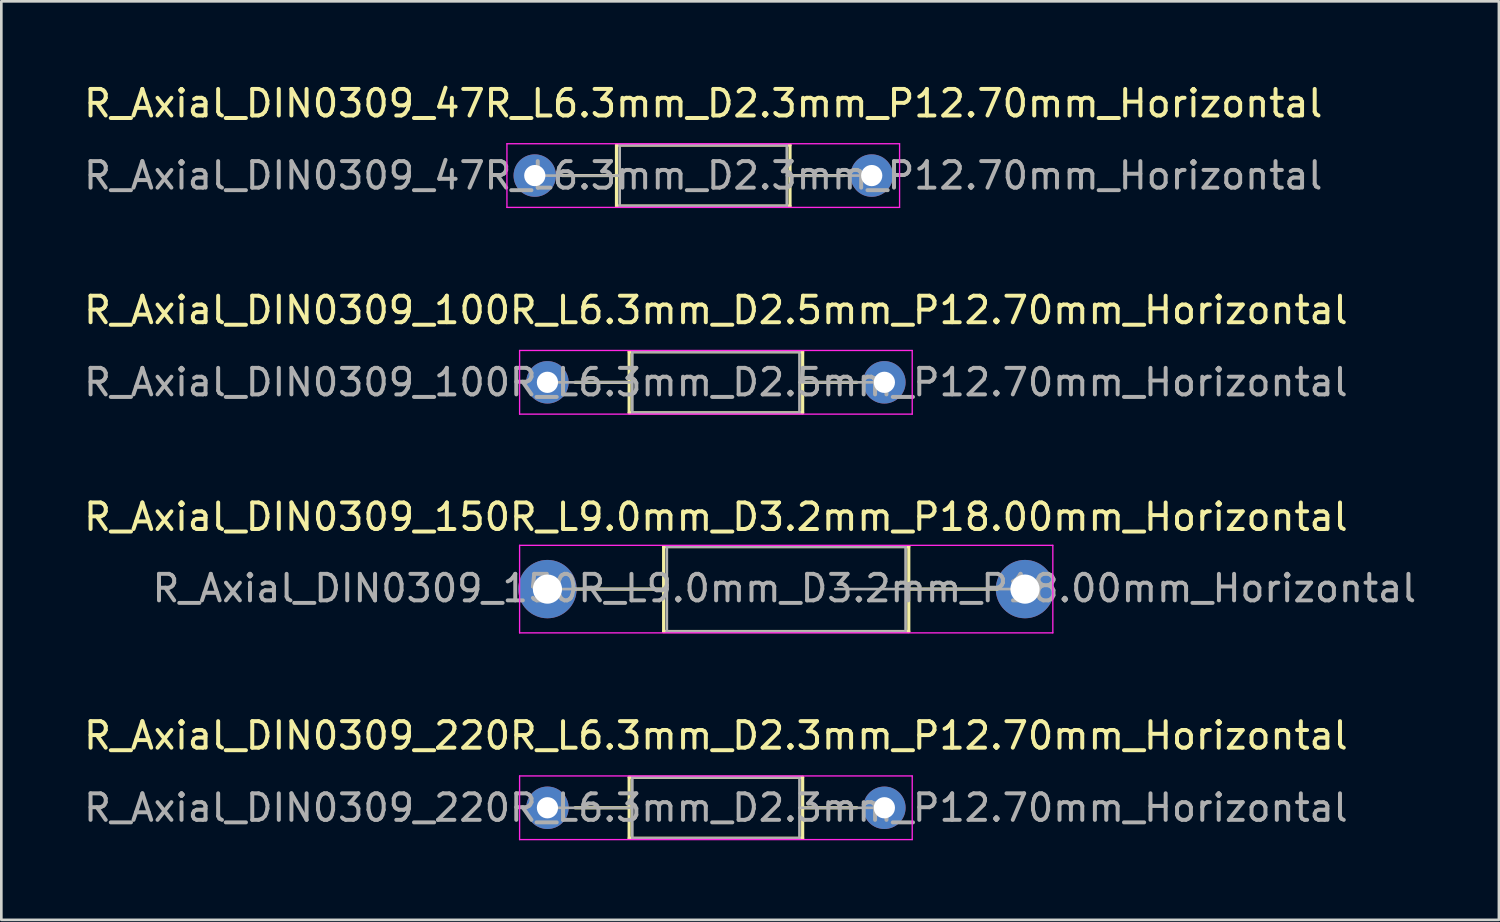
<source format=kicad_pcb>
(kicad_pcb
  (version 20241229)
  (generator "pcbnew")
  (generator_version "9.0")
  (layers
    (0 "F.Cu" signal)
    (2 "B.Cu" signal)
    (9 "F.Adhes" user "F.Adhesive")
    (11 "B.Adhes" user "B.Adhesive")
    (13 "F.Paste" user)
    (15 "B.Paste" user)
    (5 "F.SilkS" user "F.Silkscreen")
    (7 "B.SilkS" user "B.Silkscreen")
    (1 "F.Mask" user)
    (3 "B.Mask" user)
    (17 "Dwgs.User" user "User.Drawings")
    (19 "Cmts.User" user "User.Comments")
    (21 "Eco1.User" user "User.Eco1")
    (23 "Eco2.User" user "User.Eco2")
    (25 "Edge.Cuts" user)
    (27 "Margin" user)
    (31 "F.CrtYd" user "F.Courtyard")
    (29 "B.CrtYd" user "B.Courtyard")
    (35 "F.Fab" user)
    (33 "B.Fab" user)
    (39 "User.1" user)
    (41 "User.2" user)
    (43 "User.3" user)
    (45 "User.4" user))
  (footprint "R_Axial_DIN0309_220R_L6.3mm_D2.3mm_P12.70mm_Horizontal"
    (layer "F.Cu")
    (at 17.585 27.398)
    (property "Reference" "R_Axial_DIN0309_220R_L6.3mm_D2.3mm_P12.70mm_Horizontal" (at 6.35 -2.72 180) (layer "F.SilkS") (effects (font (size 1 1) (thickness 0.15))))
    (attr through_hole)
    (fp_circle (center 0 0) (end 1.2 0) (stroke (width 0) (type solid)) (fill yes) (layer "B.Mask"))
    (fp_circle (center 12.7 0) (end 13.9 0) (stroke (width 0) (type solid)) (fill yes) (layer "B.Mask"))
    (fp_line (start 1.04 0) (end 3.08 0) (stroke (width 0.12) (type solid)) (layer "F.SilkS"))
    (fp_line (start 3.08 -1.15) (end 3.08 1.15) (stroke (width 0.12) (type solid)) (layer "F.SilkS"))
    (fp_line (start 3.08 1.15) (end 9.62 1.15) (stroke (width 0.12) (type solid)) (layer "F.SilkS"))
    (fp_line (start 9.62 -1.15) (end 3.08 -1.15) (stroke (width 0.12) (type solid)) (layer "F.SilkS"))
    (fp_line (start 9.62 1.15) (end 9.62 -1.15) (stroke (width 0.12) (type solid)) (layer "F.SilkS"))
    (fp_line (start 11.66 0) (end 9.62 0) (stroke (width 0.12) (type solid)) (layer "F.SilkS"))
    (fp_line (start -1.05 -1.2) (end -1.05 1.2) (stroke (width 0.05) (type solid)) (layer "F.CrtYd"))
    (fp_line (start -1.05 1.2) (end 13.75 1.2) (stroke (width 0.05) (type solid)) (layer "F.CrtYd"))
    (fp_line (start 13.75 -1.2) (end -1.05 -1.2) (stroke (width 0.05) (type solid)) (layer "F.CrtYd"))
    (fp_line (start 13.75 1.2) (end 13.75 -1.2) (stroke (width 0.05) (type solid)) (layer "F.CrtYd"))
    (fp_line (start 0 0) (end 3.2 0) (stroke (width 0.1) (type solid)) (layer "F.Fab"))
    (fp_line (start 3.2 -1.15) (end 3.2 1.15) (stroke (width 0.1) (type solid)) (layer "F.Fab"))
    (fp_line (start 3.2 1.15) (end 9.5 1.15) (stroke (width 0.1) (type solid)) (layer "F.Fab"))
    (fp_line (start 9.5 -1.15) (end 3.2 -1.15) (stroke (width 0.1) (type solid)) (layer "F.Fab"))
    (fp_line (start 9.5 1.15) (end 9.5 -1.15) (stroke (width 0.1) (type solid)) (layer "F.Fab"))
    (fp_line (start 12.7 0) (end 9.5 0) (stroke (width 0.1) (type solid)) (layer "F.Fab"))
    (fp_text user "${REFERENCE}" (at 6.35 0 180) (layer "F.Fab") (effects (font (size 1 1) (thickness 0.15))))
    (pad "1" thru_hole circle (at 0 0) (size 1.6 1.6) (drill 0.8) (layers "*.Cu" "*.Mask"))
    (pad "2" thru_hole oval (at 12.7 0) (size 1.6 1.6) (drill 0.8) (layers "*.Cu" "*.Mask")))
  (footprint "R_Axial_DIN0309_150R_L9.0mm_D3.2mm_P18.00mm_Horizontal"
    (layer "F.Cu")
    (at 17.585 19.155)
    (property "Reference" "R_Axial_DIN0309_150R_L9.0mm_D3.2mm_P18.00mm_Horizontal" (at 6.35 -2.72 0) (layer "F.SilkS") (effects (font (size 1 1) (thickness 0.15))))
    (attr through_hole)
    (fp_circle (center 0 0) (end 1.4 0) (stroke (width 0) (type solid)) (fill yes) (layer "B.Mask"))
    (fp_circle (center 18 0) (end 19.4 0) (stroke (width 0) (type solid)) (fill yes) (layer "B.Mask"))
    (fp_line (start 1.04 0) (end 4.38 0) (stroke (width 0.12) (type solid)) (layer "F.SilkS"))
    (fp_line (start 4.38 -1.6) (end 4.38 1.6) (stroke (width 0.12) (type solid)) (layer "F.SilkS"))
    (fp_line (start 4.38 1.6) (end 13.62 1.6) (stroke (width 0.12) (type solid)) (layer "F.SilkS"))
    (fp_line (start 13.62 -1.6) (end 4.38 -1.6) (stroke (width 0.12) (type solid)) (layer "F.SilkS"))
    (fp_line (start 13.62 1.6) (end 13.62 -1.6) (stroke (width 0.12) (type solid)) (layer "F.SilkS"))
    (fp_line (start 16.96 0) (end 13.62 0) (stroke (width 0.12) (type solid)) (layer "F.SilkS"))
    (fp_line (start -1.05 -1.65) (end -1.05 1.65) (stroke (width 0.05) (type solid)) (layer "F.CrtYd"))
    (fp_line (start -1.05 1.65) (end 19.05 1.65) (stroke (width 0.05) (type solid)) (layer "F.CrtYd"))
    (fp_line (start 19.05 -1.65) (end -1.05 -1.65) (stroke (width 0.05) (type solid)) (layer "F.CrtYd"))
    (fp_line (start 19.05 1.65) (end 19.05 -1.65) (stroke (width 0.05) (type solid)) (layer "F.CrtYd"))
    (fp_line (start 0 0) (end 4.5 0) (stroke (width 0.1) (type solid)) (layer "F.Fab"))
    (fp_line (start 4.5 -1.6) (end 4.5 1.6) (stroke (width 0.1) (type solid)) (layer "F.Fab"))
    (fp_line (start 4.5 1.6) (end 13.5 1.6) (stroke (width 0.1) (type solid)) (layer "F.Fab"))
    (fp_line (start 13.5 -1.6) (end 4.5 -1.6) (stroke (width 0.1) (type solid)) (layer "F.Fab"))
    (fp_line (start 13.5 1.6) (end 13.5 -1.6) (stroke (width 0.1) (type solid)) (layer "F.Fab"))
    (fp_line (start 18 0) (end 10.85 0) (stroke (width 0.1) (type solid)) (layer "F.Fab"))
    (fp_text user "${REFERENCE}" (at 8.93 -0.03 0) (layer "F.Fab") (effects (font (size 1 1) (thickness 0.15))))
    (pad "1" thru_hole circle (at 0 0) (size 2.2 2.2) (drill 1.1) (layers "*.Cu" "*.Mask"))
    (pad "2" thru_hole circle (at 18 0) (size 2.2 2.2) (drill 1.1) (layers "*.Cu" "*.Mask")))
  (footprint "R_Axial_DIN0309_100R_L6.3mm_D2.5mm_P12.70mm_Horizontal"
    (layer "F.Cu")
    (at 17.585 11.361)
    (property "Reference" "R_Axial_DIN0309_100R_L6.3mm_D2.5mm_P12.70mm_Horizontal" (at 6.35 -2.72 180) (layer "F.SilkS") (effects (font (size 1 1) (thickness 0.15))))
    (attr through_hole)
    (fp_circle (center 0 0) (end 1.2 0) (stroke (width 0) (type solid)) (fill yes) (layer "B.Mask"))
    (fp_circle (center 12.7 0) (end 13.9 0) (stroke (width 0) (type solid)) (fill yes) (layer "B.Mask"))
    (fp_line (start 1.04 0) (end 3.08 0) (stroke (width 0.12) (type solid)) (layer "F.SilkS"))
    (fp_line (start 3.08 -1.15) (end 3.08 1.15) (stroke (width 0.12) (type solid)) (layer "F.SilkS"))
    (fp_line (start 3.08 1.15) (end 9.62 1.15) (stroke (width 0.12) (type solid)) (layer "F.SilkS"))
    (fp_line (start 9.62 -1.15) (end 3.08 -1.15) (stroke (width 0.12) (type solid)) (layer "F.SilkS"))
    (fp_line (start 9.62 1.15) (end 9.62 -1.15) (stroke (width 0.12) (type solid)) (layer "F.SilkS"))
    (fp_line (start 11.66 0) (end 9.62 0) (stroke (width 0.12) (type solid)) (layer "F.SilkS"))
    (fp_line (start -1.05 -1.2) (end -1.05 1.2) (stroke (width 0.05) (type solid)) (layer "F.CrtYd"))
    (fp_line (start -1.05 1.2) (end 13.75 1.2) (stroke (width 0.05) (type solid)) (layer "F.CrtYd"))
    (fp_line (start 13.75 -1.2) (end -1.05 -1.2) (stroke (width 0.05) (type solid)) (layer "F.CrtYd"))
    (fp_line (start 13.75 1.2) (end 13.75 -1.2) (stroke (width 0.05) (type solid)) (layer "F.CrtYd"))
    (fp_line (start 0 0) (end 3.2 0) (stroke (width 0.1) (type solid)) (layer "F.Fab"))
    (fp_line (start 3.2 -1.15) (end 3.2 1.15) (stroke (width 0.1) (type solid)) (layer "F.Fab"))
    (fp_line (start 3.2 1.15) (end 9.5 1.15) (stroke (width 0.1) (type solid)) (layer "F.Fab"))
    (fp_line (start 9.5 -1.15) (end 3.2 -1.15) (stroke (width 0.1) (type solid)) (layer "F.Fab"))
    (fp_line (start 9.5 1.15) (end 9.5 -1.15) (stroke (width 0.1) (type solid)) (layer "F.Fab"))
    (fp_line (start 12.7 0) (end 9.5 0) (stroke (width 0.1) (type solid)) (layer "F.Fab"))
    (fp_text user "${REFERENCE}" (at 6.35 0 180) (layer "F.Fab") (effects (font (size 1 1) (thickness 0.15))))
    (pad "1" thru_hole circle (at 0 0) (size 1.6 1.6) (drill 0.8) (layers "*.Cu" "*.Mask"))
    (pad "2" thru_hole oval (at 12.7 0) (size 1.6 1.6) (drill 0.8) (layers "*.Cu" "*.Mask")))
  (footprint "R_Axial_DIN0309_47R_L6.3mm_D2.3mm_P12.70mm_Horizontal"
    (layer "F.Cu")
    (at 17.108 3.568)
    (property "Reference" "R_Axial_DIN0309_47R_L6.3mm_D2.3mm_P12.70mm_Horizontal" (at 6.35 -2.72 180) (layer "F.SilkS") (effects (font (size 1 1) (thickness 0.15))))
    (attr through_hole)
    (fp_circle (center 0 0) (end 1.2 0) (stroke (width 0) (type solid)) (fill yes) (layer "B.Mask"))
    (fp_circle (center 12.7 0) (end 13.9 0) (stroke (width 0) (type solid)) (fill yes) (layer "B.Mask"))
    (fp_line (start 1.04 0) (end 3.08 0) (stroke (width 0.12) (type solid)) (layer "F.SilkS"))
    (fp_line (start 3.08 -1.15) (end 3.08 1.15) (stroke (width 0.12) (type solid)) (layer "F.SilkS"))
    (fp_line (start 3.08 1.15) (end 9.62 1.15) (stroke (width 0.12) (type solid)) (layer "F.SilkS"))
    (fp_line (start 9.62 -1.15) (end 3.08 -1.15) (stroke (width 0.12) (type solid)) (layer "F.SilkS"))
    (fp_line (start 9.62 1.15) (end 9.62 -1.15) (stroke (width 0.12) (type solid)) (layer "F.SilkS"))
    (fp_line (start 11.66 0) (end 9.62 0) (stroke (width 0.12) (type solid)) (layer "F.SilkS"))
    (fp_line (start -1.05 -1.2) (end -1.05 1.2) (stroke (width 0.05) (type solid)) (layer "F.CrtYd"))
    (fp_line (start -1.05 1.2) (end 13.75 1.2) (stroke (width 0.05) (type solid)) (layer "F.CrtYd"))
    (fp_line (start 13.75 -1.2) (end -1.05 -1.2) (stroke (width 0.05) (type solid)) (layer "F.CrtYd"))
    (fp_line (start 13.75 1.2) (end 13.75 -1.2) (stroke (width 0.05) (type solid)) (layer "F.CrtYd"))
    (fp_line (start 0 0) (end 3.2 0) (stroke (width 0.1) (type solid)) (layer "F.Fab"))
    (fp_line (start 3.2 -1.15) (end 3.2 1.15) (stroke (width 0.1) (type solid)) (layer "F.Fab"))
    (fp_line (start 3.2 1.15) (end 9.5 1.15) (stroke (width 0.1) (type solid)) (layer "F.Fab"))
    (fp_line (start 9.5 -1.15) (end 3.2 -1.15) (stroke (width 0.1) (type solid)) (layer "F.Fab"))
    (fp_line (start 9.5 1.15) (end 9.5 -1.15) (stroke (width 0.1) (type solid)) (layer "F.Fab"))
    (fp_line (start 12.7 0) (end 9.5 0) (stroke (width 0.1) (type solid)) (layer "F.Fab"))
    (fp_text user "${REFERENCE}" (at 6.35 0 180) (layer "F.Fab") (effects (font (size 1 1) (thickness 0.15))))
    (pad "1" thru_hole circle (at 0 0) (size 1.6 1.6) (drill 0.8) (layers "*.Cu" "*.Mask"))
    (pad "2" thru_hole oval (at 12.7 0) (size 1.6 1.6) (drill 0.8) (layers "*.Cu" "*.Mask")))
  (gr_rect
    (start -3 -3)
    (end 53.449 31.623)
    (stroke (width 0.1) (type default))
    (fill no)
    (layer "Edge.Cuts")))
</source>
